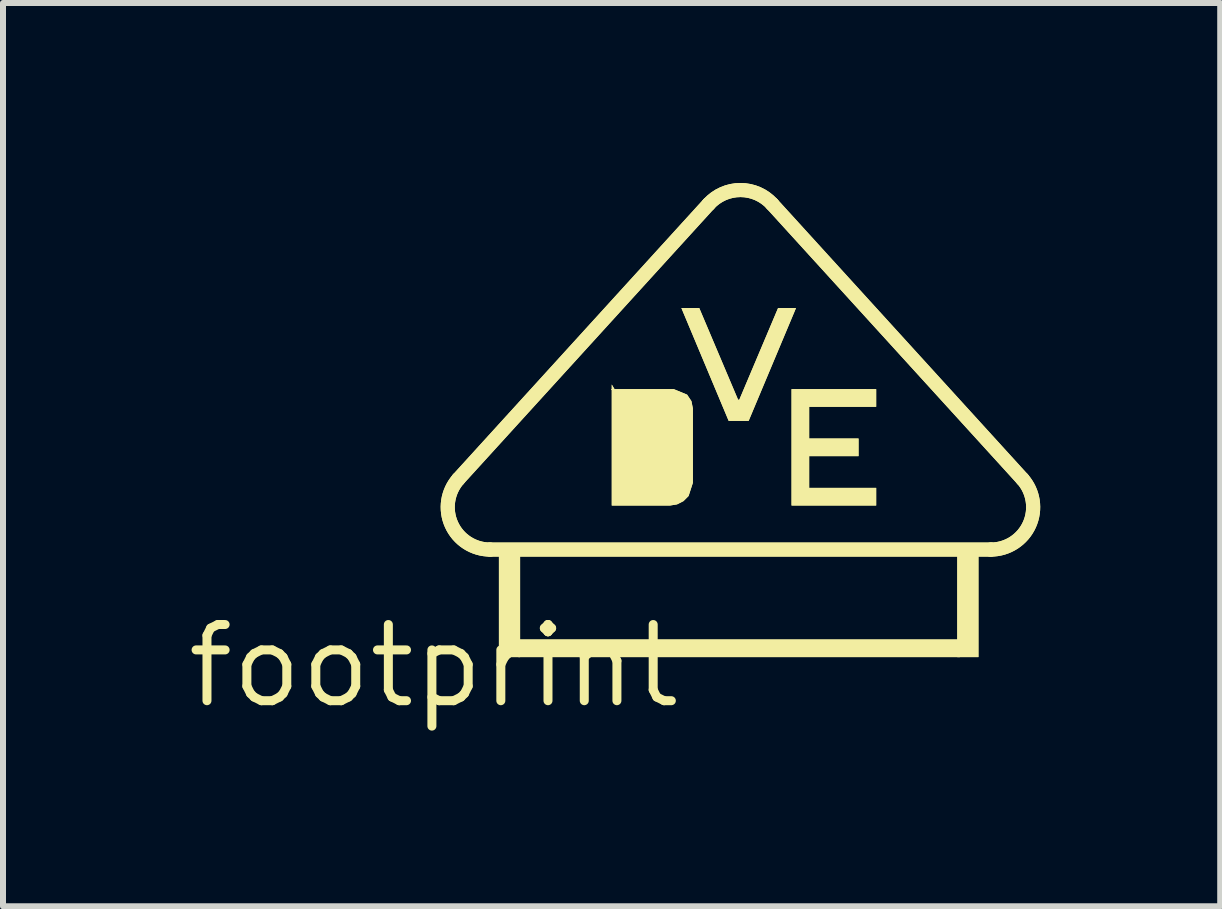
<source format=kicad_pcb>
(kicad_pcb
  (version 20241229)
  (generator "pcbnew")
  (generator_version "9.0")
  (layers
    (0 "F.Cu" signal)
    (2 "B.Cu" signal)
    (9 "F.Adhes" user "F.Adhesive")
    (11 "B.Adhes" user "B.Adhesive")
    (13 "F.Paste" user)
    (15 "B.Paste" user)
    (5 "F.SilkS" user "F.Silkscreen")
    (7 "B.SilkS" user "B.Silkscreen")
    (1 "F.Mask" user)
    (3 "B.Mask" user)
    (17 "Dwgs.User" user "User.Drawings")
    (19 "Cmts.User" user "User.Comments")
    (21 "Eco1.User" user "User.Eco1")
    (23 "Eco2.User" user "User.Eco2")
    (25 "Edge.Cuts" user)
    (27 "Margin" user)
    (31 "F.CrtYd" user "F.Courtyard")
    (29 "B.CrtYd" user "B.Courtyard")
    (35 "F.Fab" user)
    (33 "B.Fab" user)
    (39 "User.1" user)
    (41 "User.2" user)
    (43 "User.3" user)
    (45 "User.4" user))
  (footprint "footprint"
    (layer "F.Cu")
    (at 4.18 8.051)
    (property "Reference" "footprint" (at 0 0 0) (layer "F.SilkS") (effects (font (size 1.27 1.27) (thickness 0.15))))
    (fp_line (start 0.94 -1.94) (end 9.286 -1.94) (stroke (width 0.235) (type solid)) (layer "F.SilkS"))
    (fp_line (start 0.94 -1.94) (end 9.286 -1.94) (stroke (width 0.235) (type solid)) (layer "F.SilkS"))
    (fp_line (start 4.584 -7.699) (end 0.411 -3.115) (stroke (width 0.235) (type solid)) (layer "F.SilkS"))
    (fp_line (start 4.584 -7.699) (end 0.411 -3.115) (stroke (width 0.235) (type solid)) (layer "F.SilkS"))
    (fp_line (start 9.815 -3.115) (end 5.642 -7.699) (stroke (width 0.235) (type solid)) (layer "F.SilkS"))
    (fp_line (start 9.815 -3.115) (end 5.642 -7.699) (stroke (width 0.235) (type solid)) (layer "F.SilkS"))
    (fp_arc (start 0.9404 -1.9395) (mid 0.295877 -2.35623) (end 0.411399 -3.114998) (stroke (width 0.235) (type solid)) (layer "F.SilkS"))
    (fp_arc (start 0.9404 -1.9395) (mid 0.295877 -2.35623) (end 0.411399 -3.114998) (stroke (width 0.235) (type solid)) (layer "F.SilkS"))
    (fp_arc (start 4.584399 -7.699399) (mid 5.113349 -7.933183) (end 5.6423 -7.6994) (stroke (width 0.235) (type solid)) (layer "F.SilkS"))
    (fp_arc (start 4.584399 -7.699399) (mid 5.113349 -7.933183) (end 5.6423 -7.6994) (stroke (width 0.235) (type solid)) (layer "F.SilkS"))
    (fp_arc (start 9.8152 -3.114999) (mid 9.930803 -2.35625) (end 9.2863 -1.9395) (stroke (width 0.235) (type solid)) (layer "F.SilkS"))
    (fp_arc (start 9.8152 -3.114999) (mid 9.930803 -2.35625) (end 9.2863 -1.9395) (stroke (width 0.235) (type solid)) (layer "F.SilkS"))
    (fp_poly (pts (xy 1.087 -0.147) (xy 1.44 -0.147) (xy 1.44 -1.851) (xy 1.087 -1.851)) (stroke (width 0) (type solid)) (fill yes) (layer "F.SilkS"))
    (fp_poly (pts (xy 1.087 -0.147) (xy 1.44 -0.147) (xy 1.44 -1.851) (xy 1.087 -1.851)) (stroke (width 0) (type solid)) (fill yes) (layer "F.SilkS"))
    (fp_poly (pts (xy 1.411 -0.147) (xy 8.772 -0.147) (xy 8.772 -0.441) (xy 1.411 -0.441)) (stroke (width 0) (type solid)) (fill yes) (layer "F.SilkS"))
    (fp_poly (pts (xy 1.411 -0.147) (xy 8.772 -0.147) (xy 8.772 -0.441) (xy 1.411 -0.441)) (stroke (width 0) (type solid)) (fill yes) (layer "F.SilkS"))
    (fp_poly (pts (xy 8.728 -0.147) (xy 9.081 -0.147) (xy 9.081 -1.851) (xy 8.728 -1.851)) (stroke (width 0) (type solid)) (fill yes) (layer "F.SilkS"))
    (fp_poly (pts (xy 8.728 -0.147) (xy 9.081 -0.147) (xy 9.081 -1.851) (xy 8.728 -1.851)) (stroke (width 0) (type solid)) (fill yes) (layer "F.SilkS"))
    (fp_poly (pts (xy 5.074 -4.437) (xy 5.094 -4.437) (xy 5.74 -5.965) (xy 6.039 -5.965) (xy 5.25 -4.085) (xy 4.917 -4.085) (xy 4.129 -5.965) (xy 4.427 -5.965)) (stroke (width 0) (type solid)) (fill yes) (layer "F.SilkS"))
    (fp_poly (pts (xy 5.074 -4.437) (xy 5.094 -4.437) (xy 5.74 -5.965) (xy 6.039 -5.965) (xy 5.25 -4.085) (xy 4.917 -4.085) (xy 4.129 -5.965) (xy 4.427 -5.965)) (stroke (width 0) (type solid)) (fill yes) (layer "F.SilkS"))
    (fp_poly (pts (xy 7.376 -4.32) (xy 6.259 -4.32) (xy 6.259 -3.791) (xy 7.082 -3.791) (xy 7.082 -3.497) (xy 6.259 -3.497) (xy 6.259 -2.968) (xy 7.376 -2.968) (xy 7.376 -2.674) (xy 5.965 -2.674) (xy 5.965 -4.614) (xy 7.376 -4.614)) (stroke (width 0) (type solid)) (fill yes) (layer "F.SilkS"))
    (fp_poly (pts (xy 7.376 -4.32) (xy 6.259 -4.32) (xy 6.259 -3.791) (xy 7.082 -3.791) (xy 7.082 -3.497) (xy 6.259 -3.497) (xy 6.259 -2.968) (xy 7.376 -2.968) (xy 7.376 -2.674) (xy 5.965 -2.674) (xy 5.965 -4.614) (xy 7.376 -4.614)) (stroke (width 0) (type solid)) (fill yes) (layer "F.SilkS"))
    (fp_poly (pts (xy 3.014 -4.614) (xy 4.002 -4.614) (xy 4.224 -4.522) (xy 4.296 -4.414) (xy 4.32 -4.293) (xy 4.32 -3.052) (xy 4.249 -2.833) (xy 4.163 -2.747) (xy 4.056 -2.693) (xy 3.94 -2.674) (xy 2.968 -2.674) (xy 2.968 -4.597) (xy 2.956 -4.614) (xy 2.968 -4.614) (xy 2.968 -4.691)) (stroke (width 0) (type solid)) (fill yes) (layer "F.SilkS"))
    (fp_poly (pts (xy 3.014 -4.614) (xy 4.002 -4.614) (xy 4.224 -4.522) (xy 4.296 -4.414) (xy 4.32 -4.293) (xy 4.32 -3.052) (xy 4.249 -2.833) (xy 4.163 -2.747) (xy 4.056 -2.693) (xy 3.94 -2.674) (xy 2.968 -2.674) (xy 2.968 -4.597) (xy 2.956 -4.614) (xy 2.968 -4.614) (xy 2.968 -4.691)) (stroke (width 0) (type solid)) (fill yes) (layer "F.SilkS")))
  (gr_rect
    (start -3 -3)
    (end 17.291 12.057)
    (stroke (width 0.1) (type default))
    (fill no)
    (layer "Edge.Cuts")))
</source>
